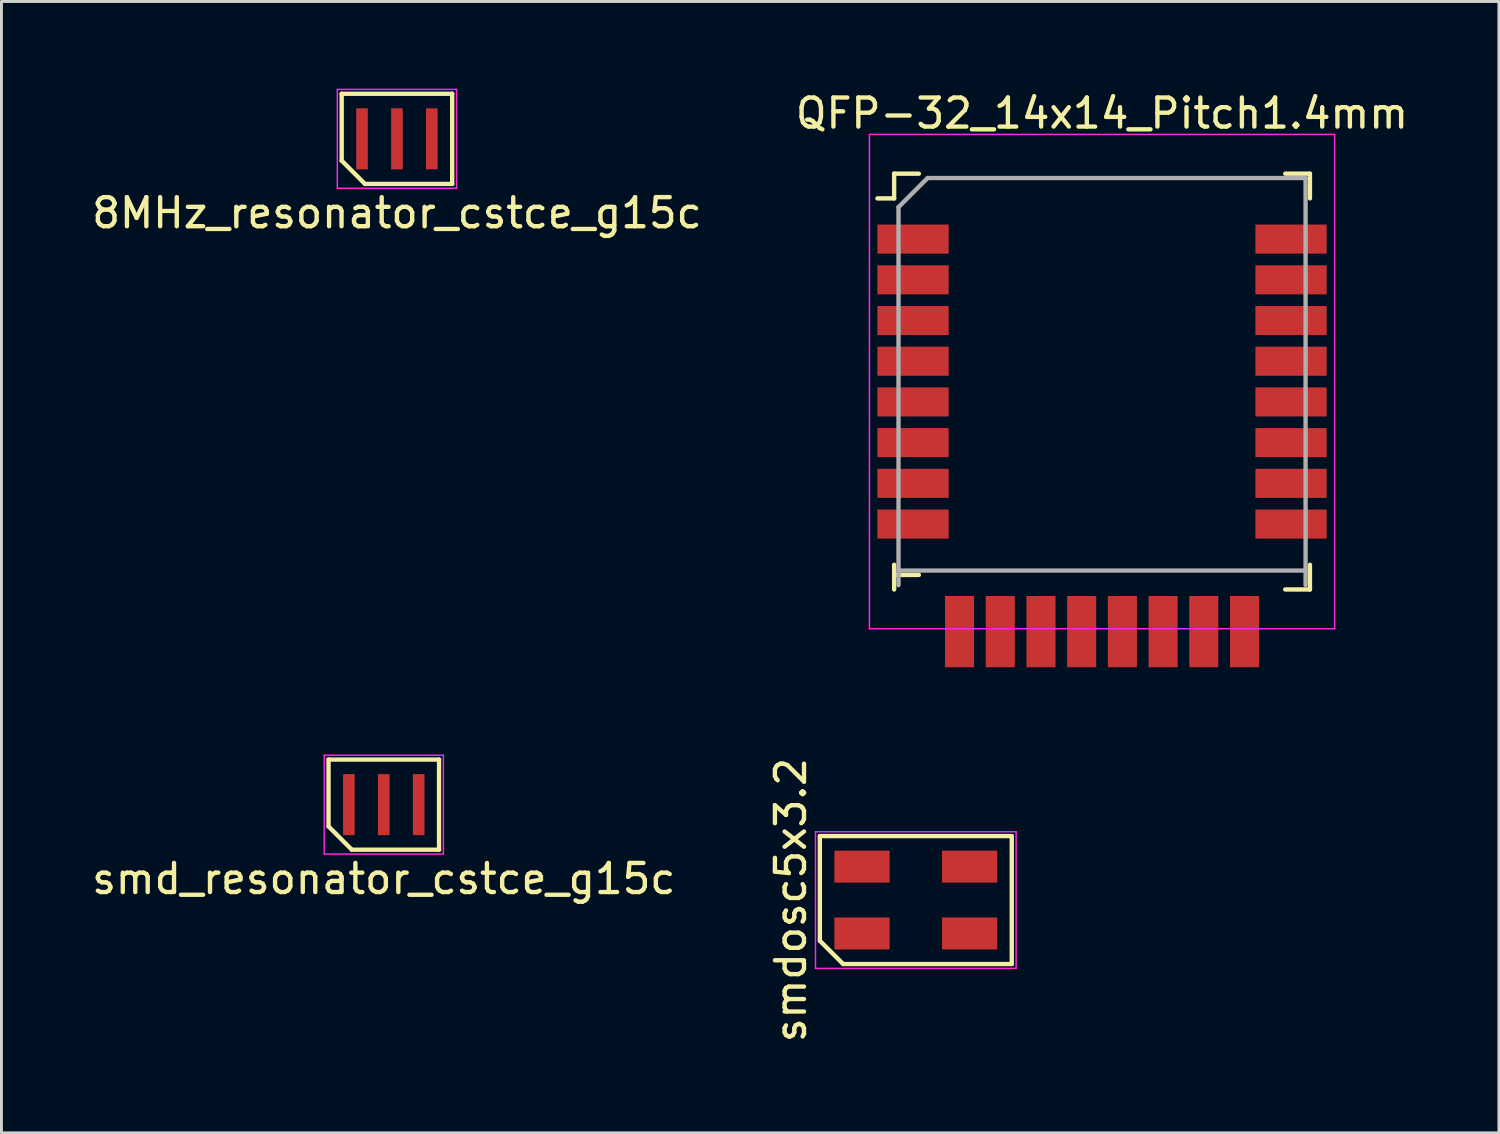
<source format=kicad_pcb>
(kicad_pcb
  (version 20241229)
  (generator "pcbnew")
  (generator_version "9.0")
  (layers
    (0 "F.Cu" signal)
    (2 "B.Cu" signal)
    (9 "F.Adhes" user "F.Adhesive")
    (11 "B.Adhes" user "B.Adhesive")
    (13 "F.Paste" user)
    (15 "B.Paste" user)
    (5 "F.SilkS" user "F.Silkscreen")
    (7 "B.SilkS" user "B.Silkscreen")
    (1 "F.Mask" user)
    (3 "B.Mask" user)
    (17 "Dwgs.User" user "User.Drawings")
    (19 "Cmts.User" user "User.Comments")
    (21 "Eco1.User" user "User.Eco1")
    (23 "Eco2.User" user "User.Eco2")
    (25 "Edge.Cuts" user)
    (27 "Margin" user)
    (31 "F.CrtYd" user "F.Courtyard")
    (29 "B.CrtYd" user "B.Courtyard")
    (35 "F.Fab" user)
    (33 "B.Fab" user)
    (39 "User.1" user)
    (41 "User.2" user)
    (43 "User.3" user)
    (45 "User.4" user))
  (footprint "8MHz_resonator_cstce_g15c"
    (layer "F.Cu")
    (at 10.601 1.725)
    (property "Reference" "8MHz_resonator_cstce_g15c" (at 0 2.55 0) (layer "F.SilkS") (effects (font (size 1 1) (thickness 0.15))))
    (attr smd)
    (fp_line (start -1.9 -1.55) (end 1.9 -1.55) (stroke (width 0.15) (type solid)) (layer "F.SilkS"))
    (fp_line (start -1.9 0.75) (end -1.9 -1.55) (stroke (width 0.15) (type solid)) (layer "F.SilkS"))
    (fp_line (start -1.1 1.55) (end -1.9 0.75) (stroke (width 0.15) (type solid)) (layer "F.SilkS"))
    (fp_line (start 1.9 -1.55) (end 1.9 1.55) (stroke (width 0.15) (type solid)) (layer "F.SilkS"))
    (fp_line (start 1.9 1.55) (end -1.1 1.55) (stroke (width 0.15) (type solid)) (layer "F.SilkS"))
    (fp_line (start -2.05 -1.7) (end 2.05 -1.7) (stroke (width 0.05) (type solid)) (layer "F.CrtYd"))
    (fp_line (start -2.05 1.7) (end -2.05 -1.7) (stroke (width 0.05) (type solid)) (layer "F.CrtYd"))
    (fp_line (start 2.05 -1.7) (end 2.05 1.7) (stroke (width 0.05) (type solid)) (layer "F.CrtYd"))
    (fp_line (start 2.05 1.7) (end -2.05 1.7) (stroke (width 0.05) (type solid)) (layer "F.CrtYd"))
    (pad "1" smd rect (at -1.2 0) (size 0.4 2.1) (layers "F.Cu" "F.Mask" "F.Paste"))
    (pad "2" smd rect (at 0 0) (size 0.4 2.1) (layers "F.Cu" "F.Mask" "F.Paste"))
    (pad "3" smd rect (at 1.2 0) (size 0.4 2.1) (layers "F.Cu" "F.Mask" "F.Paste")))
  (footprint "smd_resonator_cstce_g15c"
    (layer "F.Cu")
    (at 10.149 24.623)
    (property "Reference" "smd_resonator_cstce_g15c" (at 0 2.55 0) (layer "F.SilkS") (effects (font (size 1 1) (thickness 0.15))))
    (attr smd)
    (fp_line (start -1.9 -1.55) (end 1.9 -1.55) (stroke (width 0.15) (type solid)) (layer "F.SilkS"))
    (fp_line (start -1.9 0.75) (end -1.9 -1.55) (stroke (width 0.15) (type solid)) (layer "F.SilkS"))
    (fp_line (start -1.1 1.55) (end -1.9 0.75) (stroke (width 0.15) (type solid)) (layer "F.SilkS"))
    (fp_line (start 1.9 -1.55) (end 1.9 1.55) (stroke (width 0.15) (type solid)) (layer "F.SilkS"))
    (fp_line (start 1.9 1.55) (end -1.1 1.55) (stroke (width 0.15) (type solid)) (layer "F.SilkS"))
    (fp_line (start -2.05 -1.7) (end 2.05 -1.7) (stroke (width 0.05) (type solid)) (layer "F.CrtYd"))
    (fp_line (start -2.05 1.7) (end -2.05 -1.7) (stroke (width 0.05) (type solid)) (layer "F.CrtYd"))
    (fp_line (start 2.05 -1.7) (end 2.05 1.7) (stroke (width 0.05) (type solid)) (layer "F.CrtYd"))
    (fp_line (start 2.05 1.7) (end -2.05 1.7) (stroke (width 0.05) (type solid)) (layer "F.CrtYd"))
    (pad "1" smd rect (at -1.2 0) (size 0.4 2.1) (layers "F.Cu" "F.Mask" "F.Paste"))
    (pad "2" smd rect (at 0 0) (size 0.4 2.1) (layers "F.Cu" "F.Mask" "F.Paste"))
    (pad "3" smd rect (at 1.2 0) (size 0.4 2.1) (layers "F.Cu" "F.Mask" "F.Paste")))
  (footprint "smdosc5x3.2"
    (layer "F.Cu")
    (at 28.446 27.904)
    (property "Reference" "smdosc5x3.2" (at -4.3 0 90) (layer "F.SilkS") (effects (font (size 1 1) (thickness 0.15))))
    (attr smd)
    (fp_line (start -3.3 -2.2) (end 3.3 -2.2) (stroke (width 0.15) (type solid)) (layer "F.SilkS"))
    (fp_line (start -3.3 1.4) (end -3.3 -2.2) (stroke (width 0.15) (type solid)) (layer "F.SilkS"))
    (fp_line (start -2.5 2.2) (end -3.3 1.4) (stroke (width 0.15) (type solid)) (layer "F.SilkS"))
    (fp_line (start 3.3 -2.2) (end 3.3 2.2) (stroke (width 0.15) (type solid)) (layer "F.SilkS"))
    (fp_line (start 3.3 2.2) (end -2.5 2.2) (stroke (width 0.15) (type solid)) (layer "F.SilkS"))
    (fp_line (start -3.45 -2.35) (end 3.45 -2.35) (stroke (width 0.05) (type solid)) (layer "F.CrtYd"))
    (fp_line (start -3.45 2.35) (end -3.45 -2.35) (stroke (width 0.05) (type solid)) (layer "F.CrtYd"))
    (fp_line (start 3.45 -2.35) (end 3.45 2.35) (stroke (width 0.05) (type solid)) (layer "F.CrtYd"))
    (fp_line (start 3.45 2.35) (end -3.45 2.35) (stroke (width 0.05) (type solid)) (layer "F.CrtYd"))
    (pad "1" smd rect (at -1.85 1.15) (size 1.9 1.1) (layers "F.Cu" "F.Mask" "F.Paste"))
    (pad "2" smd rect (at 1.85 1.15) (size 1.9 1.1) (layers "F.Cu" "F.Mask" "F.Paste"))
    (pad "3" smd rect (at 1.85 -1.15) (size 1.9 1.1) (layers "F.Cu" "F.Mask" "F.Paste"))
    (pad "4" smd rect (at -1.85 -1.15) (size 1.9 1.1) (layers "F.Cu" "F.Mask" "F.Paste")))
  (footprint "QFP-32_14x14_Pitch1.4mm"
    (layer "F.Cu")
    (at 34.851 10.073)
    (property "Reference" "QFP-32_14x14_Pitch1.4mm" (at 0 -9.225 0) (layer "F.SilkS") (effects (font (size 1 1) (thickness 0.15))))
    (attr smd)
    (fp_line (start -7.15 -7.15) (end -7.15 -6.3) (stroke (width 0.15) (type solid)) (layer "F.SilkS"))
    (fp_line (start -7.15 -6.3) (end -7.725 -6.3) (stroke (width 0.15) (type solid)) (layer "F.SilkS"))
    (fp_line (start -7.15 7.15) (end -7.15 6.3) (stroke (width 0.15) (type solid)) (layer "F.SilkS"))
    (fp_line (start -6.3 -7.15) (end -7.15 -7.15) (stroke (width 0.15) (type solid)) (layer "F.SilkS"))
    (fp_line (start -6.3 6.65) (end -7.15 6.65) (stroke (width 0.15) (type solid)) (layer "F.SilkS"))
    (fp_line (start 6.3 -7.15) (end 7.15 -7.15) (stroke (width 0.15) (type solid)) (layer "F.SilkS"))
    (fp_line (start 6.3 7.15) (end 7.15 7.15) (stroke (width 0.15) (type solid)) (layer "F.SilkS"))
    (fp_line (start 7.15 -7.15) (end 7.15 -6.3) (stroke (width 0.15) (type solid)) (layer "F.SilkS"))
    (fp_line (start 7.15 7.15) (end 7.15 6.3) (stroke (width 0.15) (type solid)) (layer "F.SilkS"))
    (fp_line (start -8 -8.5) (end 8 -8.5) (stroke (width 0.05) (type solid)) (layer "F.CrtYd"))
    (fp_line (start -8 8.5) (end -8 -8.5) (stroke (width 0.05) (type solid)) (layer "F.CrtYd"))
    (fp_line (start 8 -8.5) (end 8 8.5) (stroke (width 0.05) (type solid)) (layer "F.CrtYd"))
    (fp_line (start 8 8.5) (end -8 8.5) (stroke (width 0.05) (type solid)) (layer "F.CrtYd"))
    (fp_line (start -7 -6) (end -7 7) (stroke (width 0.15) (type solid)) (layer "F.Fab"))
    (fp_line (start -7 6.5) (end 7 6.5) (stroke (width 0.15) (type solid)) (layer "F.Fab"))
    (fp_line (start -6 -7) (end -7 -6) (stroke (width 0.15) (type solid)) (layer "F.Fab"))
    (fp_line (start 7 -7) (end -6 -7) (stroke (width 0.15) (type solid)) (layer "F.Fab"))
    (fp_line (start 7 7) (end 7 -7) (stroke (width 0.15) (type solid)) (layer "F.Fab"))
    (pad "1" smd rect (at -6.5 -4.9 90) (size 1 2.45) (layers "F.Cu" "F.Mask" "F.Paste"))
    (pad "2" smd rect (at -6.5 -3.5 90) (size 1 2.45) (layers "F.Cu" "F.Mask" "F.Paste"))
    (pad "3" smd rect (at -6.5 -2.1 90) (size 1 2.45) (layers "F.Cu" "F.Mask" "F.Paste"))
    (pad "4" smd rect (at -6.5 -0.7 90) (size 1 2.45) (layers "F.Cu" "F.Mask" "F.Paste"))
    (pad "5" smd rect (at -6.5 0.7 90) (size 1 2.45) (layers "F.Cu" "F.Mask" "F.Paste"))
    (pad "6" smd rect (at -6.5 2.1 90) (size 1 2.45) (layers "F.Cu" "F.Mask" "F.Paste"))
    (pad "7" smd rect (at -6.5 3.5 90) (size 1 2.45) (layers "F.Cu" "F.Mask" "F.Paste"))
    (pad "8" smd rect (at -6.5 4.9 90) (size 1 2.45) (layers "F.Cu" "F.Mask" "F.Paste"))
    (pad "9" smd rect (at -4.9 8.6) (size 1 2.45) (layers "F.Cu" "F.Mask" "F.Paste"))
    (pad "10" smd rect (at -3.5 8.6) (size 1 2.45) (layers "F.Cu" "F.Mask" "F.Paste"))
    (pad "11" smd rect (at -2.1 8.6) (size 1 2.45) (layers "F.Cu" "F.Mask" "F.Paste"))
    (pad "12" smd rect (at -0.7 8.6) (size 1 2.45) (layers "F.Cu" "F.Mask" "F.Paste"))
    (pad "13" smd rect (at 0.7 8.6) (size 1 2.45) (layers "F.Cu" "F.Mask" "F.Paste"))
    (pad "14" smd rect (at 2.1 8.6) (size 1 2.45) (layers "F.Cu" "F.Mask" "F.Paste"))
    (pad "15" smd rect (at 3.5 8.6) (size 1 2.45) (layers "F.Cu" "F.Mask" "F.Paste"))
    (pad "16" smd rect (at 4.9 8.6) (size 1 2.45) (layers "F.Cu" "F.Mask" "F.Paste"))
    (pad "17" smd rect (at 6.5 4.9 90) (size 1 2.45) (layers "F.Cu" "F.Mask" "F.Paste"))
    (pad "18" smd rect (at 6.5 3.5 90) (size 1 2.45) (layers "F.Cu" "F.Mask" "F.Paste"))
    (pad "19" smd rect (at 6.5 2.1 90) (size 1 2.45) (layers "F.Cu" "F.Mask" "F.Paste"))
    (pad "20" smd rect (at 6.5 0.7 90) (size 1 2.45) (layers "F.Cu" "F.Mask" "F.Paste"))
    (pad "21" smd rect (at 6.5 -0.7 90) (size 1 2.45) (layers "F.Cu" "F.Mask" "F.Paste"))
    (pad "22" smd rect (at 6.5 -2.1 90) (size 1 2.45) (layers "F.Cu" "F.Mask" "F.Paste"))
    (pad "23" smd rect (at 6.5 -3.5 90) (size 1 2.45) (layers "F.Cu" "F.Mask" "F.Paste"))
    (pad "24" smd rect (at 6.5 -4.9 90) (size 1 2.45) (layers "F.Cu" "F.Mask" "F.Paste")))
  (gr_rect
    (start -3 -3)
    (end 48.5 35.91)
    (stroke (width 0.1) (type default))
    (fill no)
    (layer "Edge.Cuts")))
</source>
